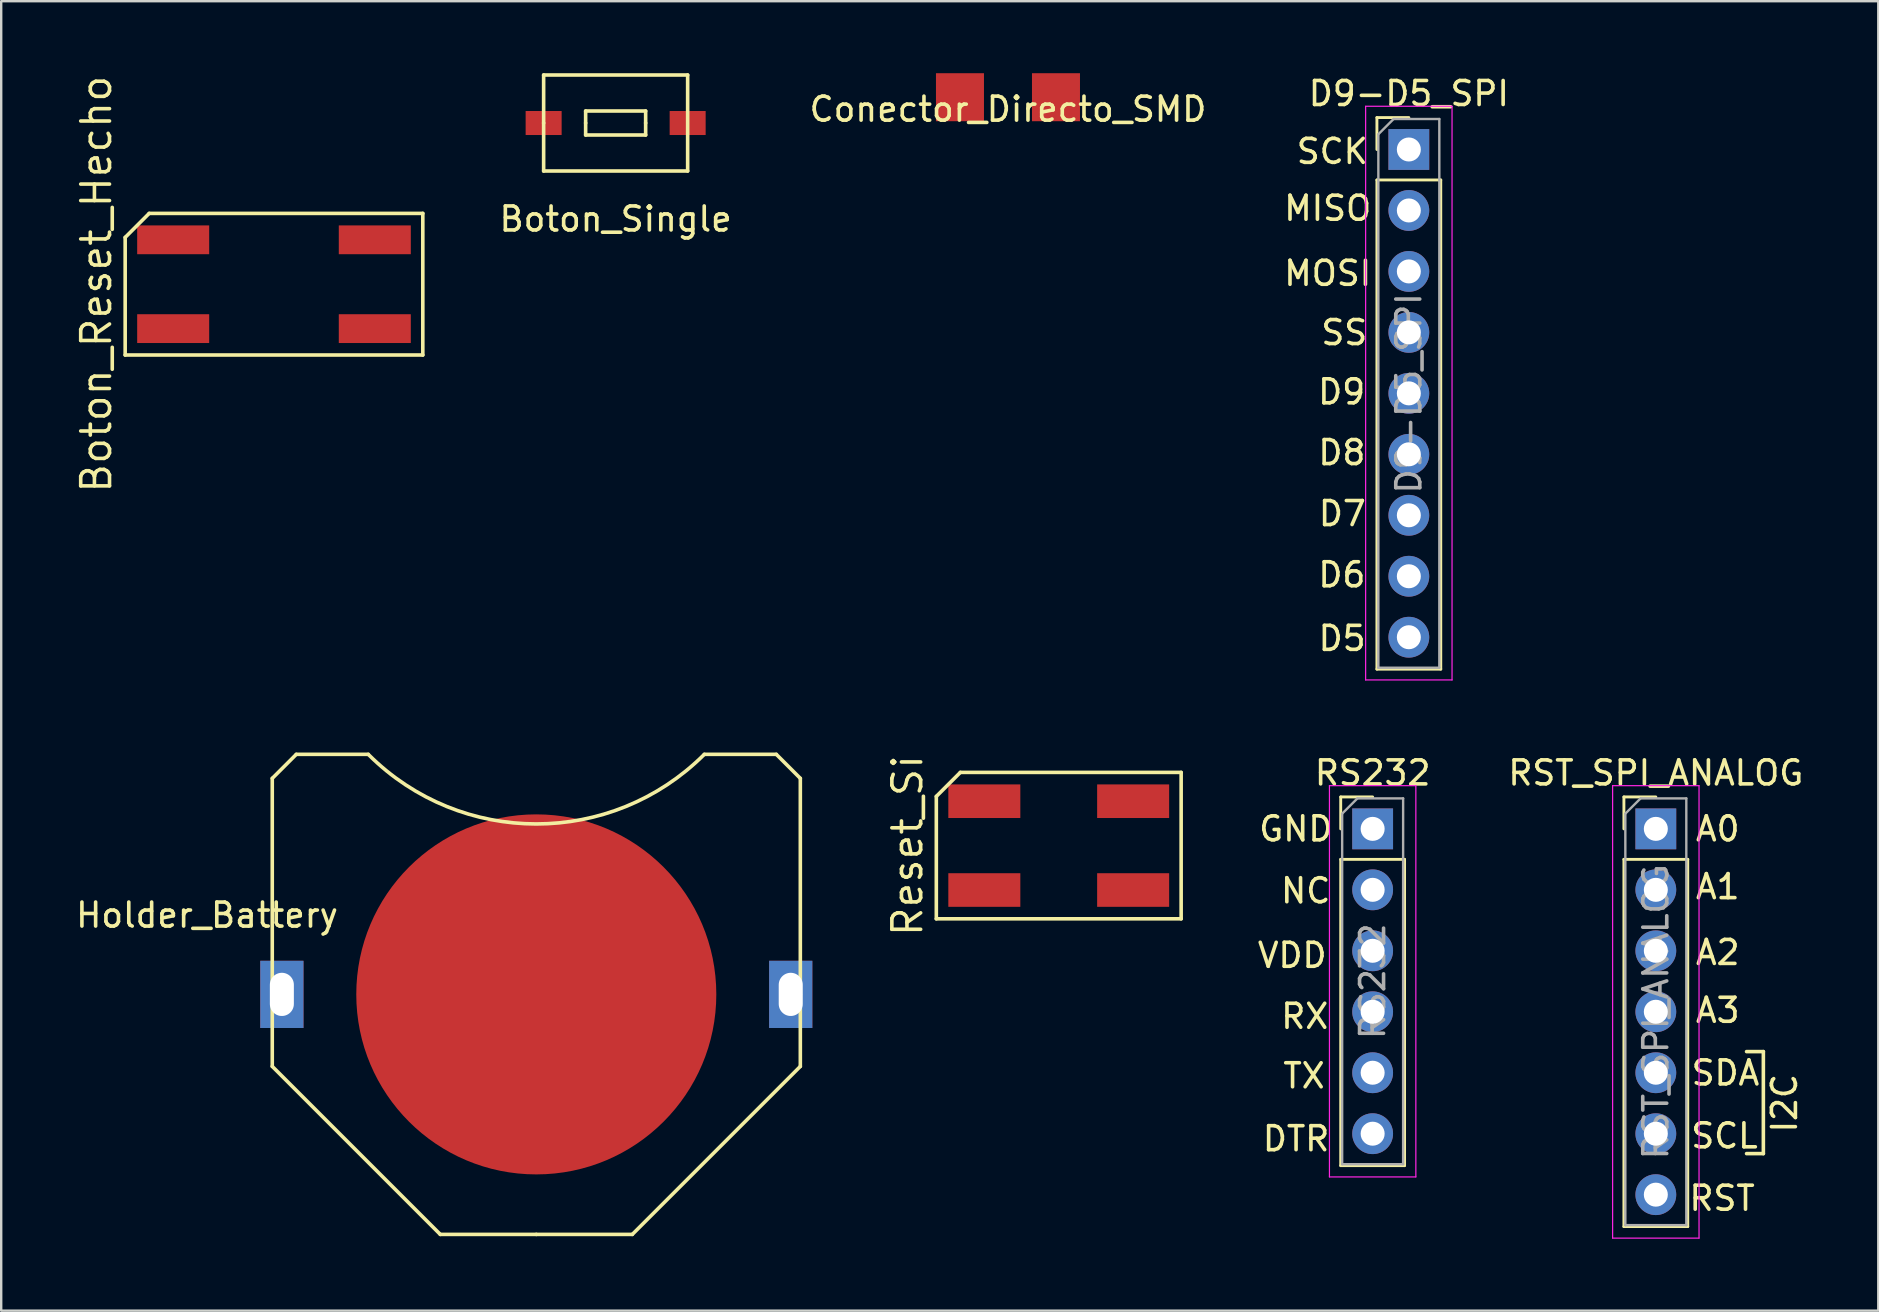
<source format=kicad_pcb>
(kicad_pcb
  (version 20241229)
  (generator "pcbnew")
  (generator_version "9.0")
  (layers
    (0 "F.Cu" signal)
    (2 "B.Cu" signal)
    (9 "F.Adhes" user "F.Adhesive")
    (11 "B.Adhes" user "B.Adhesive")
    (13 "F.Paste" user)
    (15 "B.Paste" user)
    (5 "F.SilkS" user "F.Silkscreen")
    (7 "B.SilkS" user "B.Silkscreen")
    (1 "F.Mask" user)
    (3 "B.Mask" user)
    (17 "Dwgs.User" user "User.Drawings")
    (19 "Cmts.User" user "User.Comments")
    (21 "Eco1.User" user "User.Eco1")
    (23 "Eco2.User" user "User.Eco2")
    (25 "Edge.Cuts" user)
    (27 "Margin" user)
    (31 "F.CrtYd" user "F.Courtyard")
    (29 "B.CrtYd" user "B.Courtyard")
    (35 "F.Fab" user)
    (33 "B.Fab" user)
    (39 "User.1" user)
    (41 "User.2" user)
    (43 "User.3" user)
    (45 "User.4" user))
  (footprint "RS232"
    (layer "F.Cu")
    (at 54.137 31.482)
    (property "Reference" "RS232" (at 0 -2.33 0) (layer "F.SilkS") (effects (font (size 1 1) (thickness 0.15))))
    (attr through_hole)
    (fp_line (start -1.33 -1.33) (end 0 -1.33) (stroke (width 0.12) (type solid)) (layer "F.SilkS"))
    (fp_line (start -1.33 0) (end -1.33 -1.33) (stroke (width 0.12) (type solid)) (layer "F.SilkS"))
    (fp_line (start -1.33 1.27) (end -1.33 14.03) (stroke (width 0.12) (type solid)) (layer "F.SilkS"))
    (fp_line (start -1.33 1.27) (end 1.33 1.27) (stroke (width 0.12) (type solid)) (layer "F.SilkS"))
    (fp_line (start -1.33 14.03) (end 1.33 14.03) (stroke (width 0.12) (type solid)) (layer "F.SilkS"))
    (fp_line (start 1.33 1.27) (end 1.33 14.03) (stroke (width 0.12) (type solid)) (layer "F.SilkS"))
    (fp_line (start -1.8 -1.8) (end -1.8 14.5) (stroke (width 0.05) (type solid)) (layer "F.CrtYd"))
    (fp_line (start -1.8 14.5) (end 1.8 14.5) (stroke (width 0.05) (type solid)) (layer "F.CrtYd"))
    (fp_line (start 1.8 -1.8) (end -1.8 -1.8) (stroke (width 0.05) (type solid)) (layer "F.CrtYd"))
    (fp_line (start 1.8 14.5) (end 1.8 -1.8) (stroke (width 0.05) (type solid)) (layer "F.CrtYd"))
    (fp_line (start -1.27 -0.635) (end -0.635 -1.27) (stroke (width 0.1) (type solid)) (layer "F.Fab"))
    (fp_line (start -1.27 13.97) (end -1.27 -0.635) (stroke (width 0.1) (type solid)) (layer "F.Fab"))
    (fp_line (start -0.635 -1.27) (end 1.27 -1.27) (stroke (width 0.1) (type solid)) (layer "F.Fab"))
    (fp_line (start 1.27 -1.27) (end 1.27 13.97) (stroke (width 0.1) (type solid)) (layer "F.Fab"))
    (fp_line (start 1.27 13.97) (end -1.27 13.97) (stroke (width 0.1) (type solid)) (layer "F.Fab"))
    (fp_text user "NC" (at -2.79 2.58 0) (layer "F.SilkS") (effects (font (size 1 1) (thickness 0.15))))
    (fp_text user "DTR" (at -3.19 12.91 0) (layer "F.SilkS") (effects (font (size 1 1) (thickness 0.15))))
    (fp_text user "GND" (at -3.2 0 0) (layer "F.SilkS") (effects (font (size 1 1) (thickness 0.15))))
    (fp_text user "RX" (at -2.83 7.81 0) (layer "F.SilkS") (effects (font (size 1 1) (thickness 0.15))))
    (fp_text user "VDD" (at -3.35 5.27 0) (layer "F.SilkS") (effects (font (size 1 1) (thickness 0.15))))
    (fp_text user "TX" (at -2.86 10.29 0) (layer "F.SilkS") (effects (font (size 1 1) (thickness 0.15))))
    (fp_text user "${REFERENCE}" (at 0 6.35 90) (layer "F.Fab") (effects (font (size 1 1) (thickness 0.15))))
    (pad "1" thru_hole rect (at 0 0) (size 1.7 1.7) (drill 1) (layers "*.Cu" "*.Mask"))
    (pad "2" thru_hole oval (at 0 2.54) (size 1.7 1.7) (drill 1) (layers "*.Cu" "*.Mask"))
    (pad "3" thru_hole oval (at 0 5.08) (size 1.7 1.7) (drill 1) (layers "*.Cu" "*.Mask"))
    (pad "4" thru_hole oval (at 0 7.62) (size 1.7 1.7) (drill 1) (layers "*.Cu" "*.Mask"))
    (pad "5" thru_hole oval (at 0 10.16) (size 1.7 1.7) (drill 1) (layers "*.Cu" "*.Mask"))
    (pad "6" thru_hole oval (at 0 12.7) (size 1.7 1.7) (drill 1) (layers "*.Cu" "*.Mask")))
  (footprint "Conector_Directo_SMD"
    (layer "F.Cu")
    (at 38.944 1)
    (property "Reference" "Conector_Directo_SMD" (at 0 0.5 0) (layer "F.SilkS") (effects (font (size 1 1) (thickness 0.15))))
    (attr through_hole)
    (pad "1" smd rect (at -2 0) (size 2 2) (layers "F.Cu" "F.Mask" "F.Paste"))
    (pad "2" smd rect (at 2 0) (size 2 2) (layers "F.Cu" "F.Mask" "F.Paste")))
  (footprint "RST_SPI_ANALOG"
    (layer "F.Cu")
    (at 65.935 31.482)
    (property "Reference" "RST_SPI_ANALOG" (at 0 -2.33 0) (layer "F.SilkS") (effects (font (size 1 1) (thickness 0.15))))
    (attr through_hole)
    (fp_line (start -1.33 -1.33) (end 0 -1.33) (stroke (width 0.12) (type solid)) (layer "F.SilkS"))
    (fp_line (start -1.33 0) (end -1.33 -1.33) (stroke (width 0.12) (type solid)) (layer "F.SilkS"))
    (fp_line (start -1.33 1.27) (end -1.33 16.57) (stroke (width 0.12) (type solid)) (layer "F.SilkS"))
    (fp_line (start -1.33 1.27) (end 1.33 1.27) (stroke (width 0.12) (type solid)) (layer "F.SilkS"))
    (fp_line (start -1.33 16.57) (end 1.33 16.57) (stroke (width 0.12) (type solid)) (layer "F.SilkS"))
    (fp_line (start 1.33 1.27) (end 1.33 16.57) (stroke (width 0.12) (type solid)) (layer "F.SilkS"))
    (fp_line (start 4.48 9.28) (end 3.78 9.28) (stroke (width 0.15) (type solid)) (layer "F.SilkS"))
    (fp_line (start 4.48 9.28) (end 4.48 13.53) (stroke (width 0.15) (type solid)) (layer "F.SilkS"))
    (fp_line (start 4.48 13.53) (end 3.78 13.53) (stroke (width 0.15) (type solid)) (layer "F.SilkS"))
    (fp_line (start -1.8 -1.8) (end -1.8 17.05) (stroke (width 0.05) (type solid)) (layer "F.CrtYd"))
    (fp_line (start -1.8 17.05) (end 1.8 17.05) (stroke (width 0.05) (type solid)) (layer "F.CrtYd"))
    (fp_line (start 1.8 -1.8) (end -1.8 -1.8) (stroke (width 0.05) (type solid)) (layer "F.CrtYd"))
    (fp_line (start 1.8 17.05) (end 1.8 -1.8) (stroke (width 0.05) (type solid)) (layer "F.CrtYd"))
    (fp_line (start -1.27 -0.635) (end -0.635 -1.27) (stroke (width 0.1) (type solid)) (layer "F.Fab"))
    (fp_line (start -1.27 16.51) (end -1.27 -0.635) (stroke (width 0.1) (type solid)) (layer "F.Fab"))
    (fp_line (start -0.635 -1.27) (end 1.27 -1.27) (stroke (width 0.1) (type solid)) (layer "F.Fab"))
    (fp_line (start 1.27 -1.27) (end 1.27 16.51) (stroke (width 0.1) (type solid)) (layer "F.Fab"))
    (fp_line (start 1.27 16.51) (end -1.27 16.51) (stroke (width 0.1) (type solid)) (layer "F.Fab"))
    (fp_text user "I2C" (at 5.36 11.43 90) (layer "F.SilkS") (effects (font (size 1 1) (thickness 0.15))))
    (fp_text user "RST" (at 2.76 15.39 0) (layer "F.SilkS") (effects (font (size 1 1) (thickness 0.15))))
    (fp_text user "A3" (at 2.58 7.56 0) (layer "F.SilkS") (effects (font (size 1 1) (thickness 0.15))))
    (fp_text user "A2" (at 2.58 5.15 0) (layer "F.SilkS") (effects (font (size 1 1) (thickness 0.15))))
    (fp_text user "A0" (at 2.58 0 0) (layer "F.SilkS") (effects (font (size 1 1) (thickness 0.15))))
    (fp_text user "SDA" (at 2.9 10.17 0) (layer "F.SilkS") (effects (font (size 1 1) (thickness 0.15))))
    (fp_text user "SCL" (at 2.86 12.79 0) (layer "F.SilkS") (effects (font (size 1 1) (thickness 0.15))))
    (fp_text user "A1" (at 2.58 2.41 0) (layer "F.SilkS") (effects (font (size 1 1) (thickness 0.15))))
    (fp_text user "${REFERENCE}" (at 0 7.62 90) (layer "F.Fab") (effects (font (size 1 1) (thickness 0.15))))
    (pad "1" thru_hole rect (at 0 0) (size 1.7 1.7) (drill 1) (layers "*.Cu" "*.Mask"))
    (pad "2" thru_hole oval (at 0 2.54) (size 1.7 1.7) (drill 1) (layers "*.Cu" "*.Mask"))
    (pad "3" thru_hole oval (at 0 5.08) (size 1.7 1.7) (drill 1) (layers "*.Cu" "*.Mask"))
    (pad "4" thru_hole oval (at 0 7.62) (size 1.7 1.7) (drill 1) (layers "*.Cu" "*.Mask"))
    (pad "5" thru_hole oval (at 0 10.16) (size 1.7 1.7) (drill 1) (layers "*.Cu" "*.Mask"))
    (pad "6" thru_hole oval (at 0 12.7) (size 1.7 1.7) (drill 1) (layers "*.Cu" "*.Mask"))
    (pad "7" thru_hole oval (at 0 15.24) (size 1.7 1.7) (drill 1) (layers "*.Cu" "*.Mask")))
  (footprint "Boton_Single"
    (layer "F.Cu")
    (at 22.599 2.075)
    (property "Reference" "Boton_Single" (at 0 4 0) (layer "F.SilkS") (effects (font (size 1 1) (thickness 0.15))))
    (attr through_hole)
    (fp_line (start -3 -2) (end 3 -2) (stroke (width 0.15) (type solid)) (layer "F.SilkS"))
    (fp_line (start -3 0) (end -3 -2) (stroke (width 0.15) (type solid)) (layer "F.SilkS"))
    (fp_line (start -3 2) (end -3 0) (stroke (width 0.15) (type solid)) (layer "F.SilkS"))
    (fp_line (start -1.25 -0.5) (end 1.25 -0.5) (stroke (width 0.15) (type solid)) (layer "F.SilkS"))
    (fp_line (start -1.25 0) (end -1.25 -0.5) (stroke (width 0.15) (type solid)) (layer "F.SilkS"))
    (fp_line (start -1.25 0.5) (end -1.25 0) (stroke (width 0.15) (type solid)) (layer "F.SilkS"))
    (fp_line (start 1.25 -0.5) (end 1.25 0) (stroke (width 0.15) (type solid)) (layer "F.SilkS"))
    (fp_line (start 1.25 0) (end 1.25 0.5) (stroke (width 0.15) (type solid)) (layer "F.SilkS"))
    (fp_line (start 1.25 0.5) (end -1.25 0.5) (stroke (width 0.15) (type solid)) (layer "F.SilkS"))
    (fp_line (start 3 -2) (end 3 2) (stroke (width 0.15) (type solid)) (layer "F.SilkS"))
    (fp_line (start 3 2) (end -3 2) (stroke (width 0.15) (type solid)) (layer "F.SilkS"))
    (pad "1" smd rect (at -3 0) (size 1.5 1) (layers "F.Cu" "F.Mask" "F.Paste"))
    (pad "2" smd rect (at 3 0) (size 1.5 1) (layers "F.Cu" "F.Mask" "F.Paste")))
  (footprint "Holder_Battery"
    (layer "F.Cu")
    (at 19.293 38.378)
    (property "Reference" "Holder_Battery" (at -13.716 -3.302 0) (layer "F.SilkS") (effects (font (size 1 1) (thickness 0.15))))
    (attr through_hole)
    (fp_line (start -11 -9) (end -10 -10) (stroke (width 0.15) (type solid)) (layer "F.SilkS"))
    (fp_line (start -11 0) (end -11 -9) (stroke (width 0.15) (type solid)) (layer "F.SilkS"))
    (fp_line (start -11 0) (end -11 3) (stroke (width 0.15) (type solid)) (layer "F.SilkS"))
    (fp_line (start -11 3) (end -4 10) (stroke (width 0.15) (type solid)) (layer "F.SilkS"))
    (fp_line (start -10 -10) (end -7 -10) (stroke (width 0.15) (type solid)) (layer "F.SilkS"))
    (fp_line (start 0 10) (end -4 10) (stroke (width 0.15) (type solid)) (layer "F.SilkS"))
    (fp_line (start 0 10) (end 4 10) (stroke (width 0.15) (type solid)) (layer "F.SilkS"))
    (fp_line (start 10 -10) (end 7 -10) (stroke (width 0.15) (type solid)) (layer "F.SilkS"))
    (fp_line (start 11 -9) (end 10 -10) (stroke (width 0.15) (type solid)) (layer "F.SilkS"))
    (fp_line (start 11 0) (end 11 -9) (stroke (width 0.15) (type solid)) (layer "F.SilkS"))
    (fp_line (start 11 0) (end 11 3) (stroke (width 0.15) (type solid)) (layer "F.SilkS"))
    (fp_line (start 11 3) (end 4 10) (stroke (width 0.15) (type solid)) (layer "F.SilkS"))
    (fp_arc (start 7 -10) (mid 0 -7.100505) (end -7 -10) (stroke (width 0.15) (type solid)) (layer "F.SilkS"))
    (pad "1" smd circle (at 0 0) (size 15 15) (layers "F.Cu" "F.Mask" "F.Paste"))
    (pad "2" thru_hole rect (at -10.6 0) (size 1.8 2.8) (drill oval 1 1.8) (layers "*.Cu" "*.Mask"))
    (pad "2" thru_hole rect (at 10.6 0) (size 1.8 2.8) (drill oval 1 1.8) (layers "*.Cu" "*.Mask")))
  (footprint "Reset_Si"
    (layer "F.Cu")
    (at 41.059 32.18)
    (property "Reference" "Reset_Si" (at -6.3 0 90) (layer "F.SilkS") (effects (font (size 1.2 1.2) (thickness 0.15))))
    (attr through_hole)
    (fp_line (start -5.1 -2.05) (end -5.1 3.05) (stroke (width 0.15) (type solid)) (layer "F.SilkS"))
    (fp_line (start -5.1 3.05) (end 5.1 3.05) (stroke (width 0.15) (type solid)) (layer "F.SilkS"))
    (fp_line (start -4.1 -3.05) (end -5.1 -2.05) (stroke (width 0.15) (type solid)) (layer "F.SilkS"))
    (fp_line (start 5.1 -3.05) (end -4.1 -3.05) (stroke (width 0.15) (type solid)) (layer "F.SilkS"))
    (fp_line (start 5.1 3.05) (end 5.1 -3.05) (stroke (width 0.15) (type solid)) (layer "F.SilkS"))
    (pad "1" smd rect (at -3.1 1.85) (size 3 1.4) (layers "F.Cu" "F.Mask" "F.Paste"))
    (pad "2" smd rect (at 3.1 1.85) (size 3 1.4) (layers "F.Cu" "F.Mask" "F.Paste"))
    (pad "3" smd rect (at 3.1 -1.85) (size 3 1.4) (layers "F.Cu" "F.Mask" "F.Paste"))
    (pad "4" smd rect (at -3.1 -1.85) (size 3 1.4) (layers "F.Cu" "F.Mask" "F.Paste")))
  (footprint "Boton_Reset_Hecho"
    (layer "F.Cu")
    (at 8.365 8.791)
    (property "Reference" "Boton_Reset_Hecho" (at -7.4 0 90) (layer "F.SilkS") (effects (font (size 1.2 1.2) (thickness 0.15))))
    (attr through_hole)
    (fp_line (start -6.2 -1.95) (end -6.2 2.95) (stroke (width 0.15) (type solid)) (layer "F.SilkS"))
    (fp_line (start -6.2 2.95) (end 6.2 2.95) (stroke (width 0.15) (type solid)) (layer "F.SilkS"))
    (fp_line (start -5.2 -2.95) (end -6.2 -1.95) (stroke (width 0.15) (type solid)) (layer "F.SilkS"))
    (fp_line (start 6.2 -2.95) (end -5.2 -2.95) (stroke (width 0.15) (type solid)) (layer "F.SilkS"))
    (fp_line (start 6.2 2.95) (end 6.2 -2.95) (stroke (width 0.15) (type solid)) (layer "F.SilkS"))
    (pad "1" smd rect (at -4.2 1.85) (size 3 1.2) (layers "F.Cu" "F.Mask" "F.Paste"))
    (pad "2" smd rect (at 4.2 1.85) (size 3 1.2) (layers "F.Cu" "F.Mask" "F.Paste"))
    (pad "3" smd rect (at 4.2 -1.85) (size 3 1.2) (layers "F.Cu" "F.Mask" "F.Paste"))
    (pad "4" smd rect (at -4.2 -1.85) (size 3 1.2) (layers "F.Cu" "F.Mask" "F.Paste")))
  (footprint "D9-D5_SPI"
    (layer "F.Cu")
    (at 55.645 3.178)
    (property "Reference" "D9-D5_SPI" (at 0 -2.33 0) (layer "F.SilkS") (effects (font (size 1 1) (thickness 0.15))))
    (attr through_hole)
    (fp_line (start -1.33 -1.33) (end 0 -1.33) (stroke (width 0.12) (type solid)) (layer "F.SilkS"))
    (fp_line (start -1.33 0) (end -1.33 -1.33) (stroke (width 0.12) (type solid)) (layer "F.SilkS"))
    (fp_line (start -1.33 1.27) (end -1.33 21.65) (stroke (width 0.12) (type solid)) (layer "F.SilkS"))
    (fp_line (start -1.33 1.27) (end 1.33 1.27) (stroke (width 0.12) (type solid)) (layer "F.SilkS"))
    (fp_line (start -1.33 21.65) (end 1.33 21.65) (stroke (width 0.12) (type solid)) (layer "F.SilkS"))
    (fp_line (start 1.33 1.27) (end 1.33 21.65) (stroke (width 0.12) (type solid)) (layer "F.SilkS"))
    (fp_line (start -1.8 -1.8) (end -1.8 22.1) (stroke (width 0.05) (type solid)) (layer "F.CrtYd"))
    (fp_line (start -1.8 22.1) (end 1.8 22.1) (stroke (width 0.05) (type solid)) (layer "F.CrtYd"))
    (fp_line (start 1.8 -1.8) (end -1.8 -1.8) (stroke (width 0.05) (type solid)) (layer "F.CrtYd"))
    (fp_line (start 1.8 22.1) (end 1.8 -1.8) (stroke (width 0.05) (type solid)) (layer "F.CrtYd"))
    (fp_line (start -1.27 -0.635) (end -0.635 -1.27) (stroke (width 0.1) (type solid)) (layer "F.Fab"))
    (fp_line (start -1.27 21.59) (end -1.27 -0.635) (stroke (width 0.1) (type solid)) (layer "F.Fab"))
    (fp_line (start -0.635 -1.27) (end 1.27 -1.27) (stroke (width 0.1) (type solid)) (layer "F.Fab"))
    (fp_line (start 1.27 -1.27) (end 1.27 21.59) (stroke (width 0.1) (type solid)) (layer "F.Fab"))
    (fp_line (start 1.27 21.59) (end -1.27 21.59) (stroke (width 0.1) (type solid)) (layer "F.Fab"))
    (fp_text user "SCK" (at -3.19 0.08 0) (layer "F.SilkS") (effects (font (size 1 1) (thickness 0.15))))
    (fp_text user "D7" (at -2.77 15.17 0) (layer "F.SilkS") (effects (font (size 1 1) (thickness 0.15))))
    (fp_text user "MISO" (at -3.38 2.45 0) (layer "F.SilkS") (effects (font (size 1 1) (thickness 0.15))))
    (fp_text user "D8" (at -2.79 12.63 0) (layer "F.SilkS") (effects (font (size 1 1) (thickness 0.15))))
    (fp_text user "D9" (at -2.8 10.1 0) (layer "F.SilkS") (effects (font (size 1 1) (thickness 0.15))))
    (fp_text user "D5" (at -2.78 20.37 0) (layer "F.SilkS") (effects (font (size 1 1) (thickness 0.15))))
    (fp_text user "D6" (at -2.79 17.72 0) (layer "F.SilkS") (effects (font (size 1 1) (thickness 0.15))))
    (fp_text user "MOSI" (at -3.38 5.16 0) (layer "F.SilkS") (effects (font (size 1 1) (thickness 0.15))))
    (fp_text user "SS" (at -2.69 7.63 0) (layer "F.SilkS") (effects (font (size 1 1) (thickness 0.15))))
    (fp_text user "${REFERENCE}" (at 0 10.16 90) (layer "F.Fab") (effects (font (size 1 1) (thickness 0.15))))
    (pad "1" thru_hole rect (at 0 0) (size 1.7 1.7) (drill 1) (layers "*.Cu" "*.Mask"))
    (pad "2" thru_hole oval (at 0 2.54) (size 1.7 1.7) (drill 1) (layers "*.Cu" "*.Mask"))
    (pad "3" thru_hole oval (at 0 5.08) (size 1.7 1.7) (drill 1) (layers "*.Cu" "*.Mask"))
    (pad "4" thru_hole oval (at 0 7.62) (size 1.7 1.7) (drill 1) (layers "*.Cu" "*.Mask"))
    (pad "5" thru_hole oval (at 0 10.16) (size 1.7 1.7) (drill 1) (layers "*.Cu" "*.Mask"))
    (pad "6" thru_hole oval (at 0 12.7) (size 1.7 1.7) (drill 1) (layers "*.Cu" "*.Mask"))
    (pad "7" thru_hole oval (at 0 15.24) (size 1.7 1.7) (drill 1) (layers "*.Cu" "*.Mask"))
    (pad "8" thru_hole oval (at 0 17.78) (size 1.7 1.7) (drill 1) (layers "*.Cu" "*.Mask"))
    (pad "9" thru_hole oval (at 0 20.32) (size 1.7 1.7) (drill 1) (layers "*.Cu" "*.Mask")))
  (gr_rect
    (start -3 -3)
    (end 75.203 51.556)
    (stroke (width 0.1) (type default))
    (fill no)
    (layer "Edge.Cuts")))
</source>
